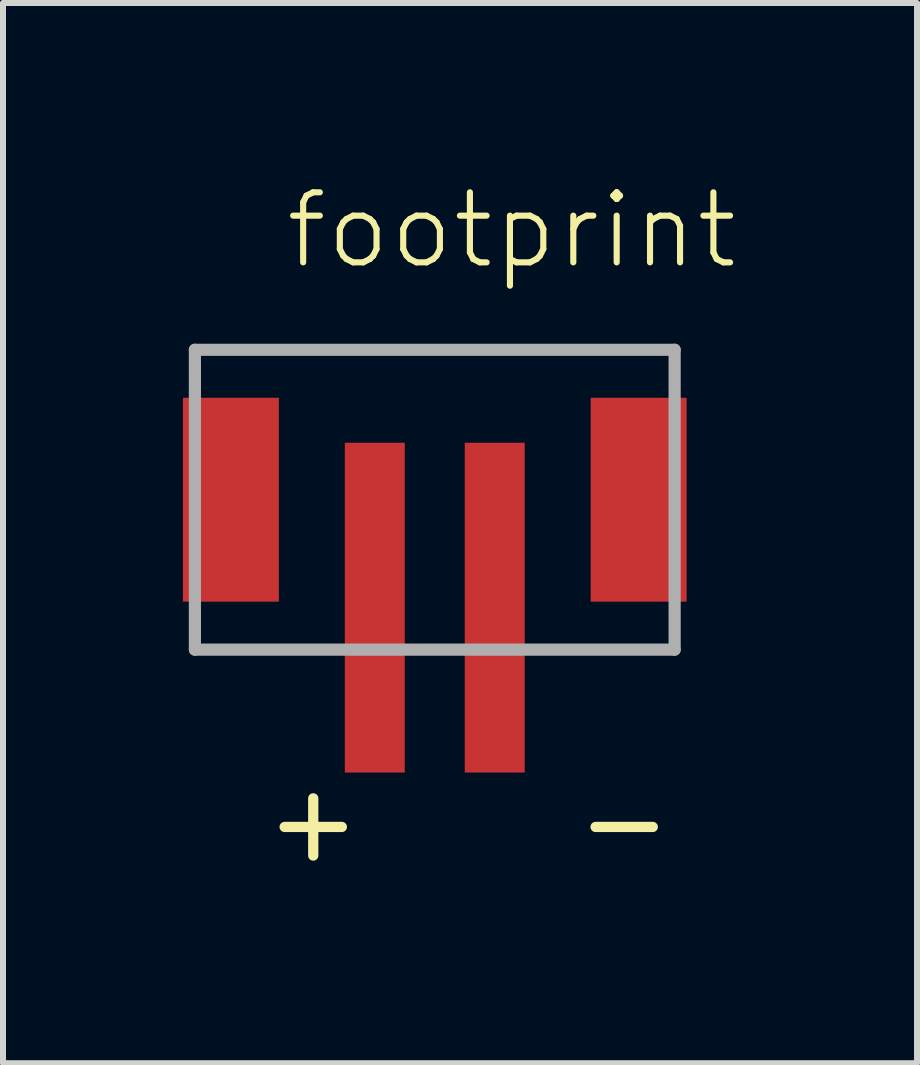
<source format=kicad_pcb>
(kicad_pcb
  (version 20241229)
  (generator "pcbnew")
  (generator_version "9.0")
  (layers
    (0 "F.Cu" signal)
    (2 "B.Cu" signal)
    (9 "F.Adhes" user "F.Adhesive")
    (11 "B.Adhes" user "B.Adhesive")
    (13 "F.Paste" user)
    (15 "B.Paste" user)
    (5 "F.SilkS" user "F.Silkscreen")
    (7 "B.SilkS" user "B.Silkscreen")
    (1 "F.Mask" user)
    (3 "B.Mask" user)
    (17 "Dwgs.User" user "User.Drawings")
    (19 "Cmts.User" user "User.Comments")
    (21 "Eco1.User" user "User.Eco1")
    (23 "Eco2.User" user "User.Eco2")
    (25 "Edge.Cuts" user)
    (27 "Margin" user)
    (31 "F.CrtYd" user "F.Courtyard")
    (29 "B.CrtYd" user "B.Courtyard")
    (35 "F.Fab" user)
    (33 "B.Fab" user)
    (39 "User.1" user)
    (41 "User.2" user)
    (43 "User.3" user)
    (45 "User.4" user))
  (footprint "footprint"
    (layer "F.Cu")
    (at 4.2 5.283)
    (property "Reference" "footprint" (at -2.54 -3.81 0) (layer "F.SilkS") (effects (font (size 1.168 1.168) (thickness 0.102)) (justify left bottom)))
    (fp_line (start -4 2.5) (end -4 0.5) (stroke (width 0.127) (type solid)) (layer "F.SilkS"))
    (fp_line (start -2.25 -2.5) (end 2.25 -2.5) (stroke (width 0.127) (type solid)) (layer "F.SilkS"))
    (fp_line (start -1.75 2.5) (end -4 2.5) (stroke (width 0.127) (type solid)) (layer "F.SilkS"))
    (fp_line (start 4 0.5) (end 4 2.5) (stroke (width 0.127) (type solid)) (layer "F.SilkS"))
    (fp_line (start 4 2.5) (end 1.75 2.5) (stroke (width 0.127) (type solid)) (layer "F.SilkS"))
    (fp_line (start -4 -2.5) (end 4 -2.5) (stroke (width 0.203) (type solid)) (layer "F.Fab"))
    (fp_line (start -4 2.5) (end -4 -2.5) (stroke (width 0.203) (type solid)) (layer "F.Fab"))
    (fp_line (start 4 -2.5) (end 4 2.5) (stroke (width 0.203) (type solid)) (layer "F.Fab"))
    (fp_line (start 4 2.5) (end -4 2.5) (stroke (width 0.203) (type solid)) (layer "F.Fab"))
    (fp_text user "-" (at 2.271 6.096 0) (layer "F.SilkS") (effects (font (size 1.252 1.252) (thickness 0.171)) (justify left bottom)))
    (fp_text user "+" (at -2.914 6.096 0) (layer "F.SilkS") (effects (font (size 1.252 1.252) (thickness 0.171)) (justify left bottom)))
    (pad "1" smd rect (at -1 1.8) (size 1 5.5) (layers "F.Cu" "F.Mask" "F.Paste"))
    (pad "2" smd rect (at 1 1.8) (size 1 5.5) (layers "F.Cu" "F.Mask" "F.Paste"))
    (pad "NC1" smd rect (at -3.4 0 90) (size 3.4 1.6) (layers "F.Cu" "F.Mask" "F.Paste"))
    (pad "NC2" smd rect (at 3.4 0 90) (size 3.4 1.6) (layers "F.Cu" "F.Mask" "F.Paste")))
  (gr_rect
    (start -3 -3)
    (end 12.242 14.679)
    (stroke (width 0.1) (type default))
    (fill no)
    (layer "Edge.Cuts")))
</source>
